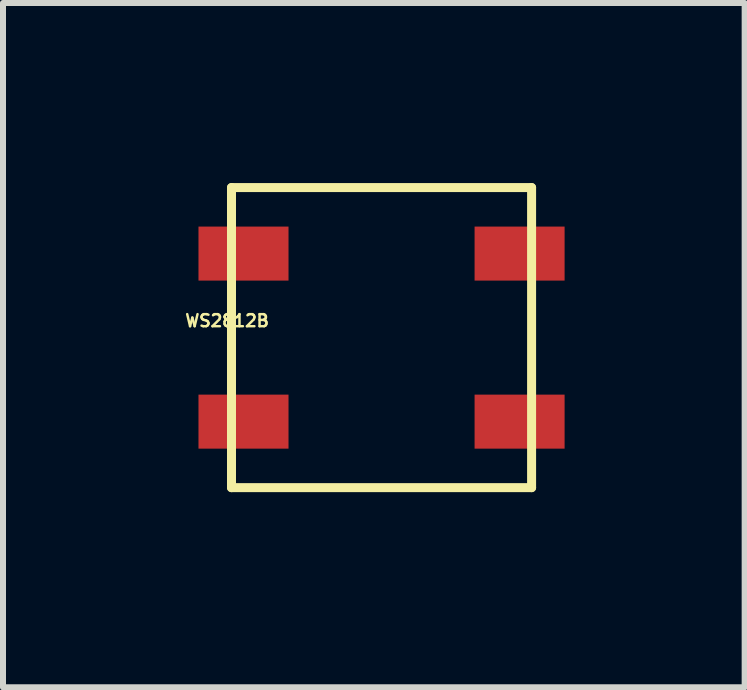
<source format=kicad_pcb>
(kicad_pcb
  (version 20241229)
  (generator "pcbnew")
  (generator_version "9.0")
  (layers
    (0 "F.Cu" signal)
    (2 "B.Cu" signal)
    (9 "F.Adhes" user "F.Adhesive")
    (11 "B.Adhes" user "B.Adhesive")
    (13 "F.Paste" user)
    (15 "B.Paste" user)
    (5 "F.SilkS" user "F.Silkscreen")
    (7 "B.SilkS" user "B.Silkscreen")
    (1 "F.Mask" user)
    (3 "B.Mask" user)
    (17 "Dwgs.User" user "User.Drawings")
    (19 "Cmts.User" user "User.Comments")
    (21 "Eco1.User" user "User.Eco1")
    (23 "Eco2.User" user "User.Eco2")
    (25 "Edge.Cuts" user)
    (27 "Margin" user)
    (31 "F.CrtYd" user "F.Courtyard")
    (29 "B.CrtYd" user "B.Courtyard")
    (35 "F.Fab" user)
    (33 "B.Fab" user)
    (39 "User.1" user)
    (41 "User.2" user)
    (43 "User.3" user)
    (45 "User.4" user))
  (footprint "WS2812B"
    (layer "F.Cu")
    (at 0.734 5.151)
    (property "Reference" "WS2812B" (at 0 -2.857 0) (layer "F.SilkS") (effects (font (size 0.201 0.201) (thickness 0.041))))
    (attr through_hole)
    (fp_line (start 0.073 -5.076) (end 0.073 -0.076) (stroke (width 0.15) (type solid)) (layer "F.SilkS"))
    (fp_line (start 0.073 -0.076) (end 5.073 -0.076) (stroke (width 0.15) (type solid)) (layer "F.SilkS"))
    (fp_line (start 5.073 -5.076) (end 0.073 -5.076) (stroke (width 0.15) (type solid)) (layer "F.SilkS"))
    (fp_line (start 5.073 -0.076) (end 5.073 -5.076) (stroke (width 0.15) (type solid)) (layer "F.SilkS"))
    (pad "1" smd rect (at 4.873 -1.176) (size 1.5 0.9) (layers "F.Cu" "F.Mask" "F.Paste"))
    (pad "2" smd rect (at 4.873 -3.976) (size 1.5 0.9) (layers "F.Cu" "F.Mask" "F.Paste"))
    (pad "3" smd rect (at 0.273 -3.976) (size 1.5 0.9) (layers "F.Cu" "F.Mask" "F.Paste"))
    (pad "4" smd rect (at 0.273 -1.176) (size 1.5 0.9) (layers "F.Cu" "F.Mask" "F.Paste")))
  (gr_rect
    (start -3 -3)
    (end 9.357 8.401)
    (stroke (width 0.1) (type default))
    (fill no)
    (layer "Edge.Cuts")))
</source>
